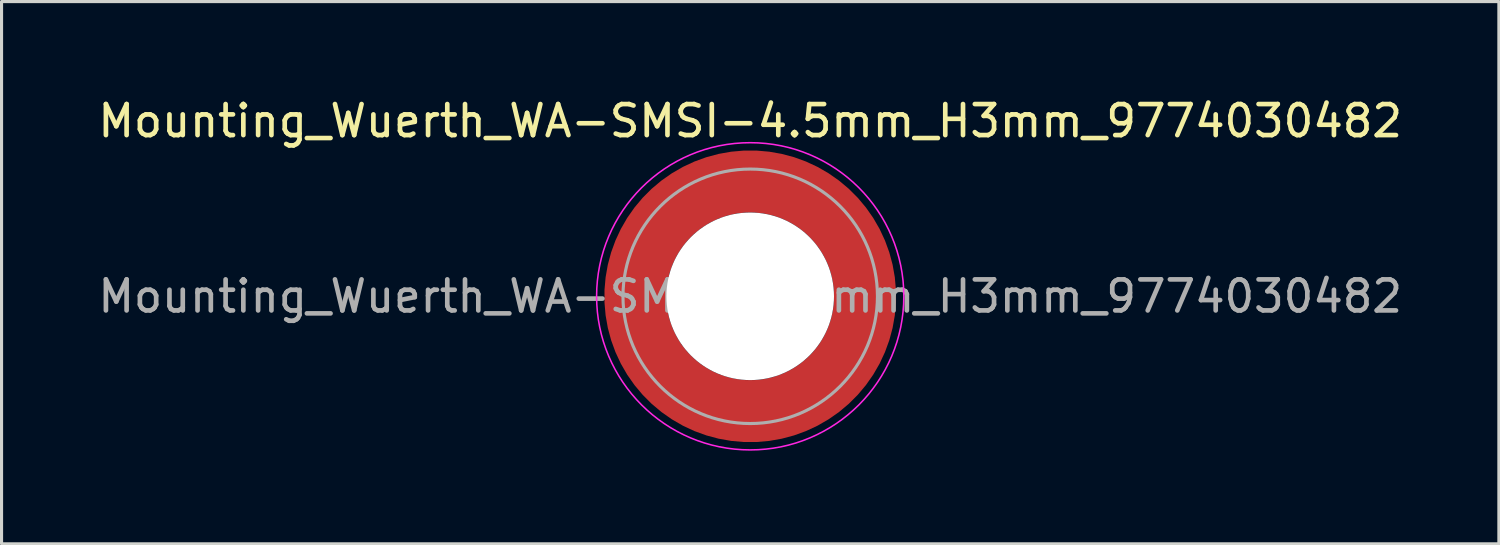
<source format=kicad_pcb>
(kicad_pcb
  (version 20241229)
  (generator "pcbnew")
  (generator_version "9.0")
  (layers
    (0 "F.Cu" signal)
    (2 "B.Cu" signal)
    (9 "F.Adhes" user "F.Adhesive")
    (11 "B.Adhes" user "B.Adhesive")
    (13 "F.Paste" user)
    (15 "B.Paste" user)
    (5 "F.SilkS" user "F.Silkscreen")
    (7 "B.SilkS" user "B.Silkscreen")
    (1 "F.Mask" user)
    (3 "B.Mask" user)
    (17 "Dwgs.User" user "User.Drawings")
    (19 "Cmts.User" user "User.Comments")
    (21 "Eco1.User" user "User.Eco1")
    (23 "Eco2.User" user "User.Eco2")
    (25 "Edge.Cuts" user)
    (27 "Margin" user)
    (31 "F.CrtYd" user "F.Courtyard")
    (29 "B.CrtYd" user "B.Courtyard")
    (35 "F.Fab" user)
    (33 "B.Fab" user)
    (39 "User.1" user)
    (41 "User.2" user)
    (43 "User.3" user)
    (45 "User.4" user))
  (footprint "Mounting_Wuerth_WA-SMSI-4.5mm_H3mm_9774030482"
    (layer "F.Cu")
    (at 21.125 6.498)
    (property "Reference" "Mounting_Wuerth_WA-SMSI-4.5mm_H3mm_9774030482" (at 0 -5.65 0) (layer "F.SilkS") (effects (font (size 1 1) (thickness 0.15))))
    (attr smd)
    (fp_circle (center 0 0) (end 4.95 0) (stroke (width 0.05) (type solid)) (fill no) (layer "F.CrtYd"))
    (fp_circle (center 0 0) (end 4.1 0) (stroke (width 0.1) (type solid)) (fill no) (layer "F.Fab"))
    (fp_text user "${REFERENCE}" (at 0 0 0) (layer "F.Fab") (effects (font (size 1 1) (thickness 0.15))))
    (pad "" smd custom (at -2.607 -2.607) (size 1.495 1.495) (layers "F.Paste") (options (anchor circle)) (primitives (gr_arc (start -0.188183 2.107456) (mid 0.598928 0.599619) (end 2.106494 -0.188011) (width 0.2)) (gr_arc (start -0.289416 2.107456) (mid 0.528508 0.529033) (end 2.106724 -0.28929) (width 0.2)) (gr_arc (start -0.390547 2.107456) (mid 0.457087 0.459449) (end 2.104161 -0.389996) (width 0.2)) (gr_arc (start -0.491585 2.107456) (mid 0.386415 0.389116) (end 2.103685 -0.490974) (width 0.2)) (gr_arc (start -0.59254 2.107456) (mid 0.31649 0.318035) (end 2.105297 -0.592203) (width 0.2)) (gr_arc (start -0.693419 2.107456) (mid 0.245252 0.248268) (end 2.103239 -0.692777) (width 0.2)) (gr_arc (start -0.794229 2.107456) (mid 0.174636 0.177878) (end 2.102921 -0.793558) (width 0.2)) (gr_arc (start -0.894975 2.107456) (mid 0.104643 0.106867) (end 2.104343 -0.894528) (width 0.2)) (gr_arc (start -0.995664 2.107456) (mid 0.033026 0.037479) (end 2.101219 -0.994793) (width 0.2)) (gr_arc (start -1.0963 2.107456) (mid -0.035789 -0.034713) (end 2.105949 -1.096095) (width 0.2)) (gr_arc (start -1.196886 2.107456) (mid -0.106351 -0.105158) (end 2.105783 -1.196667) (width 0.2)) (gr_arc (start -1.297427 2.107456) (mid -0.176416 -0.176097) (end 2.107009 -1.29737) (width 0.2)) (gr_arc (start -1.397927 2.107456) (mid -0.248476 -0.245042) (end 2.102638 -1.397323) (width 0.2)) (gr_arc (start -1.498388 2.107456) (mid -0.317612 -0.316913) (end 2.106475 -1.498268) (width 0.2)) (gr_arc (start -1.598813 2.107456) (mid -0.388865 -0.386665) (end 2.104366 -1.598444) (width 0.2)) (gr_arc (start -1.699204 2.107456) (mid -0.459747 -0.456787) (end 2.103299 -1.698719) (width 0.2)) (gr_arc (start -1.799565 2.107456) (mid -0.530257 -0.527283) (end 2.103277 -1.799089) (width 0.2)) (gr_arc (start -1.899896 2.107456) (mid -0.600396 -0.59815) (end 2.104299 -1.899545) (width 0.2)) (gr_arc (start -1.899896 2.107456) (mid -0.600396 -0.59815) (end 2.104299 -1.899545) (width 0.2)) (gr_line (start 2.107 -0.188) (end 2.107 -1.9) (width 0.2)) (gr_line (start -0.188 2.107) (end -1.9 2.107) (width 0.2))))
    (pad "" smd custom (at -2.607 2.607) (size 1.495 1.495) (layers "F.Paste") (options (anchor circle)) (primitives (gr_arc (start 2.107456 0.188183) (mid 0.599619 -0.598928) (end -0.188011 -2.106494) (width 0.2)) (gr_arc (start 2.107456 0.289416) (mid 0.529033 -0.528508) (end -0.28929 -2.106724) (width 0.2)) (gr_arc (start 2.107456 0.390547) (mid 0.45945 -0.457087) (end -0.389996 -2.104161) (width 0.2)) (gr_arc (start 2.107456 0.491585) (mid 0.389116 -0.386415) (end -0.490974 -2.103685) (width 0.2)) (gr_arc (start 2.107456 0.59254) (mid 0.318035 -0.31649) (end -0.592203 -2.105297) (width 0.2)) (gr_arc (start 2.107456 0.693419) (mid 0.248268 -0.245252) (end -0.692777 -2.103239) (width 0.2)) (gr_arc (start 2.107456 0.794229) (mid 0.177878 -0.174636) (end -0.793558 -2.102921) (width 0.2)) (gr_arc (start 2.107456 0.894975) (mid 0.106867 -0.104643) (end -0.894528 -2.104343) (width 0.2)) (gr_arc (start 2.107456 0.995664) (mid 0.037479 -0.033026) (end -0.994793 -2.101219) (width 0.2)) (gr_arc (start 2.107456 1.0963) (mid -0.034713 0.035789) (end -1.096095 -2.105949) (width 0.2)) (gr_arc (start 2.107456 1.196886) (mid -0.105158 0.106351) (end -1.196667 -2.105783) (width 0.2)) (gr_arc (start 2.107456 1.297427) (mid -0.176097 0.176416) (end -1.29737 -2.107009) (width 0.2)) (gr_arc (start 2.107456 1.397927) (mid -0.245042 0.248476) (end -1.397323 -2.102638) (width 0.2)) (gr_arc (start 2.107456 1.498388) (mid -0.316913 0.317612) (end -1.498268 -2.106475) (width 0.2)) (gr_arc (start 2.107456 1.598813) (mid -0.386665 0.388865) (end -1.598444 -2.104366) (width 0.2)) (gr_arc (start 2.107456 1.699204) (mid -0.456787 0.459747) (end -1.698719 -2.103299) (width 0.2)) (gr_arc (start 2.107456 1.799565) (mid -0.527283 0.530257) (end -1.799089 -2.103277) (width 0.2)) (gr_arc (start 2.107456 1.899896) (mid -0.59815 0.600396) (end -1.899545 -2.104299) (width 0.2)) (gr_arc (start 2.107456 1.899896) (mid -0.59815 0.600396) (end -1.899545 -2.104299) (width 0.2)) (gr_line (start -0.188 -2.107) (end -1.9 -2.107) (width 0.2)) (gr_line (start 2.107 0.188) (end 2.107 1.9) (width 0.2))))
    (pad "" np_thru_hole circle (at 0 0) (size 5.4 5.4) (drill 5.4) (layers "*.Cu" "*.Mask"))
    (pad "" smd custom (at 2.607 -2.607) (size 1.495 1.495) (layers "F.Paste") (options (anchor circle)) (primitives (gr_arc (start -2.107456 -0.188183) (mid -0.599619 0.598928) (end 0.188011 2.106494) (width 0.2)) (gr_arc (start -2.107456 -0.289416) (mid -0.529033 0.528508) (end 0.28929 2.106724) (width 0.2)) (gr_arc (start -2.107456 -0.390547) (mid -0.459449 0.457087) (end 0.389996 2.104161) (width 0.2)) (gr_arc (start -2.107456 -0.491585) (mid -0.389116 0.386415) (end 0.490974 2.103685) (width 0.2)) (gr_arc (start -2.107456 -0.59254) (mid -0.318035 0.31649) (end 0.592203 2.105297) (width 0.2)) (gr_arc (start -2.107456 -0.693419) (mid -0.248268 0.245252) (end 0.692777 2.103239) (width 0.2)) (gr_arc (start -2.107456 -0.794229) (mid -0.177878 0.174636) (end 0.793558 2.102921) (width 0.2)) (gr_arc (start -2.107456 -0.894975) (mid -0.106867 0.104643) (end 0.894528 2.104343) (width 0.2)) (gr_arc (start -2.107456 -0.995664) (mid -0.037479 0.033026) (end 0.994793 2.101219) (width 0.2)) (gr_arc (start -2.107456 -1.0963) (mid 0.034713 -0.035789) (end 1.096095 2.105949) (width 0.2)) (gr_arc (start -2.107456 -1.196886) (mid 0.105158 -0.106351) (end 1.196667 2.105783) (width 0.2)) (gr_arc (start -2.107456 -1.297427) (mid 0.176097 -0.176416) (end 1.29737 2.107009) (width 0.2)) (gr_arc (start -2.107456 -1.397927) (mid 0.245042 -0.248476) (end 1.397323 2.102638) (width 0.2)) (gr_arc (start -2.107456 -1.498388) (mid 0.316913 -0.317612) (end 1.498268 2.106475) (width 0.2)) (gr_arc (start -2.107456 -1.598813) (mid 0.386665 -0.388865) (end 1.598444 2.104366) (width 0.2)) (gr_arc (start -2.107456 -1.699204) (mid 0.456787 -0.459747) (end 1.698719 2.103299) (width 0.2)) (gr_arc (start -2.107456 -1.799565) (mid 0.527283 -0.530257) (end 1.799089 2.103277) (width 0.2)) (gr_arc (start -2.107456 -1.899896) (mid 0.59815 -0.600396) (end 1.899545 2.104299) (width 0.2)) (gr_arc (start -2.107456 -1.899896) (mid 0.59815 -0.600396) (end 1.899545 2.104299) (width 0.2)) (gr_line (start 0.188 2.107) (end 1.9 2.107) (width 0.2)) (gr_line (start -2.107 -0.188) (end -2.107 -1.9) (width 0.2))))
    (pad "" smd custom (at 2.607 2.607) (size 1.495 1.495) (layers "F.Paste") (options (anchor circle)) (primitives (gr_arc (start 0.188183 -2.107456) (mid -0.598928 -0.599619) (end -2.106494 0.188011) (width 0.2)) (gr_arc (start 0.289416 -2.107456) (mid -0.528508 -0.529033) (end -2.106724 0.28929) (width 0.2)) (gr_arc (start 0.390547 -2.107456) (mid -0.457087 -0.459449) (end -2.104161 0.389996) (width 0.2)) (gr_arc (start 0.491585 -2.107456) (mid -0.386415 -0.389116) (end -2.103685 0.490974) (width 0.2)) (gr_arc (start 0.59254 -2.107456) (mid -0.31649 -0.318035) (end -2.105297 0.592203) (width 0.2)) (gr_arc (start 0.693419 -2.107456) (mid -0.245252 -0.248268) (end -2.103239 0.692777) (width 0.2)) (gr_arc (start 0.794229 -2.107456) (mid -0.174636 -0.177878) (end -2.102921 0.793558) (width 0.2)) (gr_arc (start 0.894975 -2.107456) (mid -0.104643 -0.106867) (end -2.104343 0.894528) (width 0.2)) (gr_arc (start 0.995664 -2.107456) (mid -0.033026 -0.037479) (end -2.101219 0.994793) (width 0.2)) (gr_arc (start 1.0963 -2.107456) (mid 0.035789 0.034713) (end -2.105949 1.096095) (width 0.2)) (gr_arc (start 1.196886 -2.107456) (mid 0.106351 0.105158) (end -2.105783 1.196667) (width 0.2)) (gr_arc (start 1.297427 -2.107456) (mid 0.176416 0.176097) (end -2.107009 1.29737) (width 0.2)) (gr_arc (start 1.397927 -2.107456) (mid 0.248476 0.245042) (end -2.102638 1.397323) (width 0.2)) (gr_arc (start 1.498388 -2.107456) (mid 0.317612 0.316913) (end -2.106475 1.498268) (width 0.2)) (gr_arc (start 1.598813 -2.107456) (mid 0.388865 0.386665) (end -2.104366 1.598444) (width 0.2)) (gr_arc (start 1.699204 -2.107456) (mid 0.459747 0.456787) (end -2.103299 1.698719) (width 0.2)) (gr_arc (start 1.799565 -2.107456) (mid 0.530257 0.527283) (end -2.103277 1.799089) (width 0.2)) (gr_arc (start 1.899896 -2.107456) (mid 0.600396 0.59815) (end -2.104299 1.899545) (width 0.2)) (gr_arc (start 1.899896 -2.107456) (mid 0.600396 0.59815) (end -2.104299 1.899545) (width 0.2)) (gr_line (start -2.107 0.188) (end -2.107 1.9) (width 0.2)) (gr_line (start 0.188 -2.107) (end 1.9 -2.107) (width 0.2))))
    (pad "1" smd circle (at -3.7 0) (size 1.6 1.6) (layers "F.Cu"))
    (pad "1" smd circle (at 0 -3.7) (size 1.6 1.6) (layers "F.Cu"))
    (pad "1" smd circle (at 0 3.7) (size 1.6 1.6) (layers "F.Cu"))
    (pad "1" smd custom (at 3.7 0) (size 1.6 1.6) (layers "F.Cu" "F.Mask") (options (anchor circle)) (primitives (gr_circle (center -3.7 0) (end 0 0) (width 2) (fill no)))))
  (gr_rect
    (start -3 -3)
    (end 45.25 14.473)
    (stroke (width 0.1) (type default))
    (fill no)
    (layer "Edge.Cuts")))
</source>
